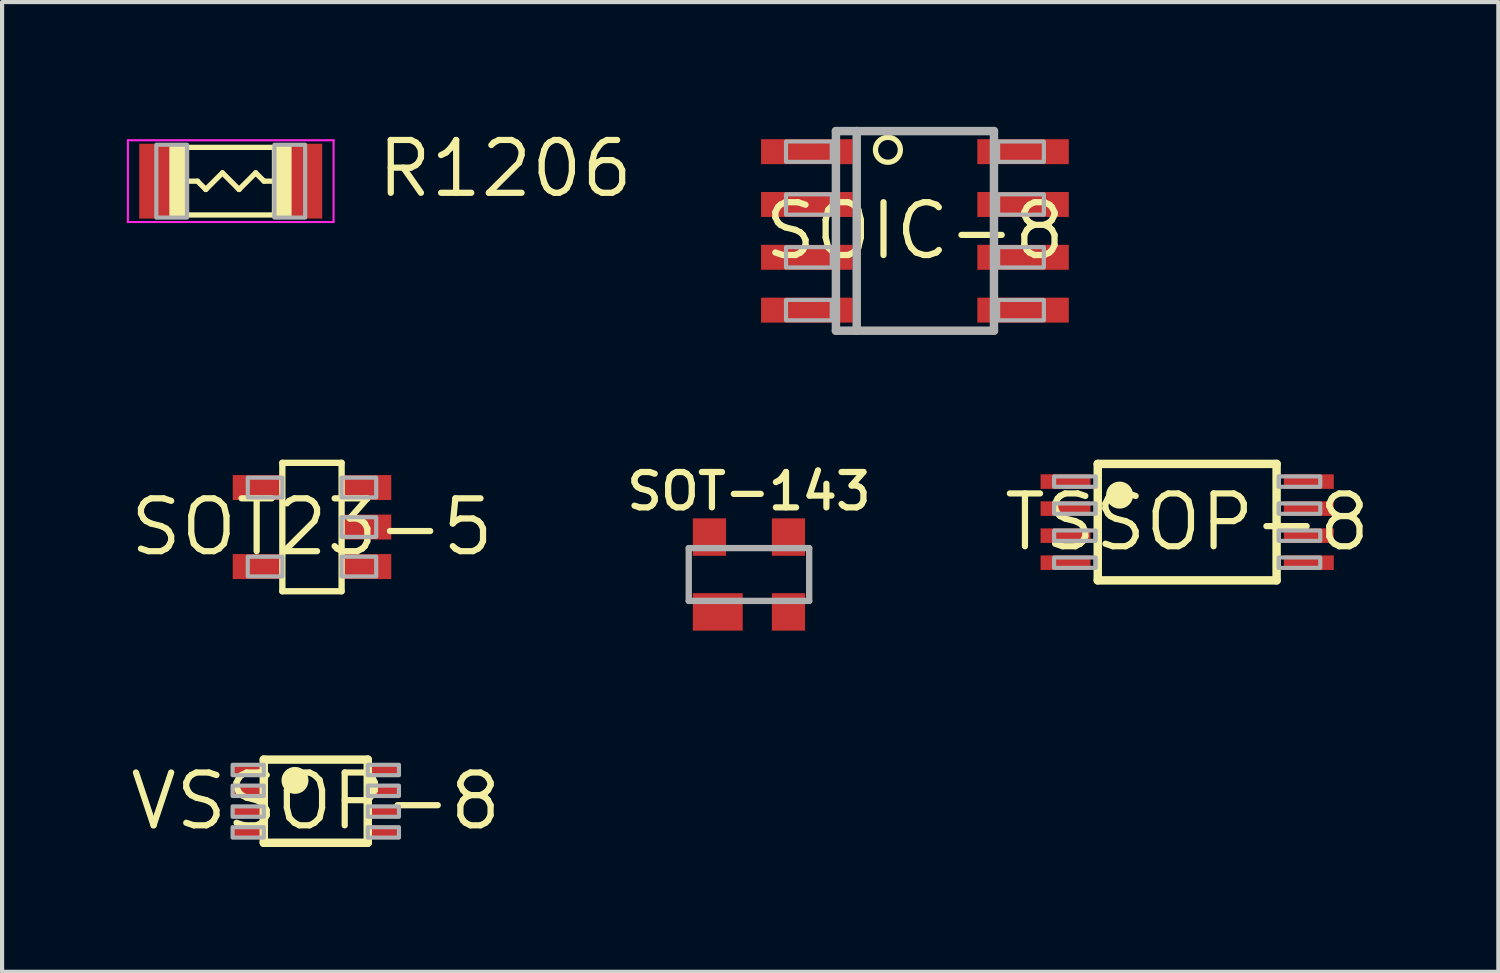
<source format=kicad_pcb>
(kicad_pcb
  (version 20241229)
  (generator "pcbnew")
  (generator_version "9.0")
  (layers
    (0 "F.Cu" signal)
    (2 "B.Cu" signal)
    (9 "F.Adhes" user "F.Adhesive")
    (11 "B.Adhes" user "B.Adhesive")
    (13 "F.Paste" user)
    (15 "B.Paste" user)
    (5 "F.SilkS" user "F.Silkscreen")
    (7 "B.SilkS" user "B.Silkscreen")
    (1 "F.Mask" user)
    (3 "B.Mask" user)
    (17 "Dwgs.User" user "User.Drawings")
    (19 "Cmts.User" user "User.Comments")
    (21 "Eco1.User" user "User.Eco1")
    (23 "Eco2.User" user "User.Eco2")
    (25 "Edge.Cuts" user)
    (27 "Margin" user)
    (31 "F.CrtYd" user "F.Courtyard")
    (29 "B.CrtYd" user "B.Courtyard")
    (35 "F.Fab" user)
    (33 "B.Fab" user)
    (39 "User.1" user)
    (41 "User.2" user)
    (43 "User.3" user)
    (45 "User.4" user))
  (footprint "R1206"
    (layer "F.Cu")
    (at 2.498 1.306)
    (property "Reference" "R1206" (at 6.6 -0.3 0) (layer "F.SilkS") (effects (font (size 1.27 1.27) (thickness 0.15))))
    (fp_line (start -0.8 0) (end -1.1 0) (stroke (width 0.127) (type solid)) (layer "F.SilkS"))
    (fp_line (start -0.6 0.2) (end -0.8 0) (stroke (width 0.127) (type solid)) (layer "F.SilkS"))
    (fp_line (start -0.2 -0.2) (end -0.6 0.2) (stroke (width 0.127) (type solid)) (layer "F.SilkS"))
    (fp_line (start -0.2 -0.2) (end 0.2 0.2) (stroke (width 0.127) (type solid)) (layer "F.SilkS"))
    (fp_line (start 0.2 0.2) (end 0.6 -0.2) (stroke (width 0.127) (type solid)) (layer "F.SilkS"))
    (fp_line (start 0.6 -0.2) (end 0.8 0) (stroke (width 0.127) (type solid)) (layer "F.SilkS"))
    (fp_line (start 0.8 0) (end 1.1 0) (stroke (width 0.127) (type solid)) (layer "F.SilkS"))
    (fp_line (start 1.052 -0.813) (end -1.065 -0.813) (stroke (width 0.127) (type solid)) (layer "F.SilkS"))
    (fp_line (start 1.052 0.813) (end -1.065 0.813) (stroke (width 0.127) (type solid)) (layer "F.SilkS"))
    (fp_rect (start -1.413 -0.813) (end -1.065 0.813) (stroke (width 0.127) (type solid)) (fill yes) (layer "F.SilkS"))
    (fp_rect (start 1.052 -0.813) (end 1.4 0.813) (stroke (width 0.127) (type solid)) (fill yes) (layer "F.SilkS"))
    (fp_line (start -2.473 -0.983) (end 2.473 -0.983) (stroke (width 0.051) (type solid)) (layer "F.CrtYd"))
    (fp_line (start -2.473 0.983) (end -2.473 -0.983) (stroke (width 0.051) (type solid)) (layer "F.CrtYd"))
    (fp_line (start 2.473 -0.983) (end 2.473 0.983) (stroke (width 0.051) (type solid)) (layer "F.CrtYd"))
    (fp_line (start 2.473 0.983) (end -2.473 0.983) (stroke (width 0.051) (type solid)) (layer "F.CrtYd"))
    (fp_poly (pts (xy -1.789 0.876) (xy -1.052 0.876) (xy -1.052 -0.876) (xy -1.789 -0.876)) (stroke (width 0.1) (type solid)) (fill no) (layer "F.Fab"))
    (fp_poly (pts (xy 1.052 0.876) (xy 1.789 0.876) (xy 1.789 -0.876) (xy 1.052 -0.876)) (stroke (width 0.1) (type solid)) (fill no) (layer "F.Fab"))
    (pad "1" smd rect (at -1.6 0) (size 1.2 1.8) (layers "F.Cu" "F.Mask" "F.Paste"))
    (pad "2" smd rect (at 1.6 0) (size 1.2 1.8) (layers "F.Cu" "F.Mask" "F.Paste")))
  (footprint "VSSOP-8"
    (layer "F.Cu")
    (at 4.543 16.215)
    (property "Reference" "VSSOP-8" (at 0 0 0) (layer "F.SilkS") (effects (font (size 1.27 1.27) (thickness 0.15))))
    (fp_line (start -1.25 -1) (end -1.25 1) (stroke (width 0.203) (type solid)) (layer "F.SilkS"))
    (fp_line (start -1.25 1) (end 1.25 1) (stroke (width 0.203) (type solid)) (layer "F.SilkS"))
    (fp_line (start 1.25 -1) (end -1.25 -1) (stroke (width 0.203) (type solid)) (layer "F.SilkS"))
    (fp_line (start 1.25 1) (end 1.25 -1) (stroke (width 0.203) (type solid)) (layer "F.SilkS"))
    (fp_circle (center -0.5 -0.5) (end -0.338 -0.5) (stroke (width 0.325) (type solid)) (fill yes) (layer "F.SilkS"))
    (fp_poly (pts (xy -2 -0.625) (xy -1.25 -0.625) (xy -1.25 -0.875) (xy -2 -0.875)) (stroke (width 0.1) (type solid)) (fill no) (layer "F.Fab"))
    (fp_poly (pts (xy -2 -0.125) (xy -1.25 -0.125) (xy -1.25 -0.375) (xy -2 -0.375)) (stroke (width 0.1) (type solid)) (fill no) (layer "F.Fab"))
    (fp_poly (pts (xy -2 0.375) (xy -1.25 0.375) (xy -1.25 0.125) (xy -2 0.125)) (stroke (width 0.1) (type solid)) (fill no) (layer "F.Fab"))
    (fp_poly (pts (xy -2 0.875) (xy -1.25 0.875) (xy -1.25 0.625) (xy -2 0.625)) (stroke (width 0.1) (type solid)) (fill no) (layer "F.Fab"))
    (fp_poly (pts (xy 1.25 -0.625) (xy 2 -0.625) (xy 2 -0.875) (xy 1.25 -0.875)) (stroke (width 0.1) (type solid)) (fill no) (layer "F.Fab"))
    (fp_poly (pts (xy 1.25 -0.125) (xy 2 -0.125) (xy 2 -0.375) (xy 1.25 -0.375)) (stroke (width 0.1) (type solid)) (fill no) (layer "F.Fab"))
    (fp_poly (pts (xy 1.25 0.375) (xy 2 0.375) (xy 2 0.125) (xy 1.25 0.125)) (stroke (width 0.1) (type solid)) (fill no) (layer "F.Fab"))
    (fp_poly (pts (xy 1.25 0.875) (xy 2 0.875) (xy 2 0.625) (xy 1.25 0.625)) (stroke (width 0.1) (type solid)) (fill no) (layer "F.Fab"))
    (pad "1" smd rect (at -1.625 -0.75) (size 0.75 0.25) (layers "F.Cu" "F.Mask" "F.Paste"))
    (pad "2" smd rect (at -1.625 -0.25) (size 0.75 0.25) (layers "F.Cu" "F.Mask" "F.Paste"))
    (pad "3" smd rect (at -1.625 0.25) (size 0.75 0.25) (layers "F.Cu" "F.Mask" "F.Paste"))
    (pad "4" smd rect (at -1.625 0.75) (size 0.75 0.25) (layers "F.Cu" "F.Mask" "F.Paste"))
    (pad "5" smd rect (at 1.625 0.75) (size 0.75 0.25) (layers "F.Cu" "F.Mask" "F.Paste"))
    (pad "6" smd rect (at 1.625 0.25) (size 0.75 0.25) (layers "F.Cu" "F.Mask" "F.Paste"))
    (pad "7" smd rect (at 1.625 -0.25) (size 0.75 0.25) (layers "F.Cu" "F.Mask" "F.Paste"))
    (pad "8" smd rect (at 1.625 -0.75) (size 0.75 0.25) (layers "F.Cu" "F.Mask" "F.Paste")))
  (footprint "SOIC-8"
    (layer "F.Cu")
    (at 18.95 2.502)
    (property "Reference" "SOIC-8" (at 0 0 0) (layer "F.SilkS") (effects (font (size 1.27 1.27) (thickness 0.15))))
    (fp_circle (center -0.65 -1.95) (end -0.35 -1.95) (stroke (width 0.127) (type solid)) (fill no) (layer "F.SilkS"))
    (fp_line (start -1.9 -2.4) (end -1.4 -2.4) (stroke (width 0.203) (type solid)) (layer "F.Fab"))
    (fp_line (start -1.9 2.4) (end -1.9 -2.4) (stroke (width 0.203) (type solid)) (layer "F.Fab"))
    (fp_line (start -1.4 -2.4) (end 1.9 -2.4) (stroke (width 0.203) (type solid)) (layer "F.Fab"))
    (fp_line (start -1.4 2.4) (end -1.9 2.4) (stroke (width 0.203) (type solid)) (layer "F.Fab"))
    (fp_line (start -1.4 2.4) (end -1.4 -2.4) (stroke (width 0.203) (type solid)) (layer "F.Fab"))
    (fp_line (start 1.9 -2.4) (end 1.9 2.4) (stroke (width 0.203) (type solid)) (layer "F.Fab"))
    (fp_line (start 1.9 2.4) (end -1.4 2.4) (stroke (width 0.203) (type solid)) (layer "F.Fab"))
    (fp_poly (pts (xy -3.1 -2.15) (xy -3.1 -1.66) (xy -2 -1.66) (xy -2 -2.15)) (stroke (width 0.1) (type solid)) (fill no) (layer "F.Fab"))
    (fp_poly (pts (xy -3.1 -0.88) (xy -3.1 -0.39) (xy -2 -0.39) (xy -2 -0.88)) (stroke (width 0.1) (type solid)) (fill no) (layer "F.Fab"))
    (fp_poly (pts (xy -3.1 0.39) (xy -3.1 0.88) (xy -2 0.88) (xy -2 0.39)) (stroke (width 0.1) (type solid)) (fill no) (layer "F.Fab"))
    (fp_poly (pts (xy -3.1 1.66) (xy -3.1 2.15) (xy -2 2.15) (xy -2 1.66)) (stroke (width 0.1) (type solid)) (fill no) (layer "F.Fab"))
    (fp_poly (pts (xy 2 -2.15) (xy 2 -1.66) (xy 3.1 -1.66) (xy 3.1 -2.15)) (stroke (width 0.1) (type solid)) (fill no) (layer "F.Fab"))
    (fp_poly (pts (xy 2 -0.88) (xy 2 -0.39) (xy 3.1 -0.39) (xy 3.1 -0.88)) (stroke (width 0.1) (type solid)) (fill no) (layer "F.Fab"))
    (fp_poly (pts (xy 2 0.39) (xy 2 0.88) (xy 3.1 0.88) (xy 3.1 0.39)) (stroke (width 0.1) (type solid)) (fill no) (layer "F.Fab"))
    (fp_poly (pts (xy 2 1.66) (xy 2 2.15) (xy 3.1 2.15) (xy 3.1 1.66)) (stroke (width 0.1) (type solid)) (fill no) (layer "F.Fab"))
    (pad "1" smd rect (at -2.6 -1.905 270) (size 0.6 2.2) (layers "F.Cu" "F.Mask" "F.Paste"))
    (pad "2" smd rect (at -2.6 -0.635 270) (size 0.6 2.2) (layers "F.Cu" "F.Mask" "F.Paste"))
    (pad "3" smd rect (at -2.6 0.635 270) (size 0.6 2.2) (layers "F.Cu" "F.Mask" "F.Paste"))
    (pad "4" smd rect (at -2.6 1.905 270) (size 0.6 2.2) (layers "F.Cu" "F.Mask" "F.Paste"))
    (pad "5" smd rect (at 2.6 1.905 270) (size 0.6 2.2) (layers "F.Cu" "F.Mask" "F.Paste"))
    (pad "6" smd rect (at 2.6 0.635 270) (size 0.6 2.2) (layers "F.Cu" "F.Mask" "F.Paste"))
    (pad "7" smd rect (at 2.6 -0.635 270) (size 0.6 2.2) (layers "F.Cu" "F.Mask" "F.Paste"))
    (pad "8" smd rect (at 2.6 -1.905 270) (size 0.6 2.2) (layers "F.Cu" "F.Mask" "F.Paste")))
  (footprint "TSSOP-8"
    (layer "F.Cu")
    (at 25.496 9.505)
    (property "Reference" "TSSOP-8" (at 0 0 0) (layer "F.SilkS") (effects (font (size 1.27 1.27) (thickness 0.15))))
    (fp_line (start -2.15 -1.4) (end -2.15 1.4) (stroke (width 0.203) (type solid)) (layer "F.SilkS"))
    (fp_line (start -2.15 1.4) (end 2.15 1.4) (stroke (width 0.203) (type solid)) (layer "F.SilkS"))
    (fp_line (start 2.15 -1.4) (end -2.15 -1.4) (stroke (width 0.203) (type solid)) (layer "F.SilkS"))
    (fp_line (start 2.15 1.4) (end 2.15 -1.4) (stroke (width 0.203) (type solid)) (layer "F.SilkS"))
    (fp_circle (center -1.625 -0.65) (end -1.462 -0.65) (stroke (width 0.325) (type solid)) (fill yes) (layer "F.SilkS"))
    (fp_poly (pts (xy -3.2 -0.85) (xy -2.2 -0.85) (xy -2.2 -1.1) (xy -3.2 -1.1)) (stroke (width 0.1) (type solid)) (fill no) (layer "F.Fab"))
    (fp_poly (pts (xy -3.2 -0.2) (xy -2.2 -0.2) (xy -2.2 -0.45) (xy -3.2 -0.45)) (stroke (width 0.1) (type solid)) (fill no) (layer "F.Fab"))
    (fp_poly (pts (xy -3.2 0.45) (xy -2.2 0.45) (xy -2.2 0.2) (xy -3.2 0.2)) (stroke (width 0.1) (type solid)) (fill no) (layer "F.Fab"))
    (fp_poly (pts (xy -3.2 1.1) (xy -2.2 1.1) (xy -2.2 0.85) (xy -3.2 0.85)) (stroke (width 0.1) (type solid)) (fill no) (layer "F.Fab"))
    (fp_poly (pts (xy 2.2 -0.85) (xy 3.2 -0.85) (xy 3.2 -1.1) (xy 2.2 -1.1)) (stroke (width 0.1) (type solid)) (fill no) (layer "F.Fab"))
    (fp_poly (pts (xy 2.2 -0.2) (xy 3.2 -0.2) (xy 3.2 -0.45) (xy 2.2 -0.45)) (stroke (width 0.1) (type solid)) (fill no) (layer "F.Fab"))
    (fp_poly (pts (xy 2.2 0.45) (xy 3.2 0.45) (xy 3.2 0.2) (xy 2.2 0.2)) (stroke (width 0.1) (type solid)) (fill no) (layer "F.Fab"))
    (fp_poly (pts (xy 2.2 1.1) (xy 3.2 1.1) (xy 3.2 0.85) (xy 2.2 0.85)) (stroke (width 0.1) (type solid)) (fill no) (layer "F.Fab"))
    (pad "1" smd rect (at -2.925 -0.975) (size 1.2 0.35) (layers "F.Cu" "F.Mask" "F.Paste"))
    (pad "2" smd rect (at -2.925 -0.325) (size 1.2 0.35) (layers "F.Cu" "F.Mask" "F.Paste"))
    (pad "3" smd rect (at -2.925 0.325) (size 1.2 0.35) (layers "F.Cu" "F.Mask" "F.Paste"))
    (pad "4" smd rect (at -2.925 0.975) (size 1.2 0.35) (layers "F.Cu" "F.Mask" "F.Paste"))
    (pad "5" smd rect (at 2.925 0.975) (size 1.2 0.35) (layers "F.Cu" "F.Mask" "F.Paste"))
    (pad "6" smd rect (at 2.925 0.325) (size 1.2 0.35) (layers "F.Cu" "F.Mask" "F.Paste"))
    (pad "7" smd rect (at 2.925 -0.325) (size 1.2 0.35) (layers "F.Cu" "F.Mask" "F.Paste"))
    (pad "8" smd rect (at 2.925 -0.975) (size 1.2 0.35) (layers "F.Cu" "F.Mask" "F.Paste")))
  (footprint "SOT-143"
    (layer "F.Cu")
    (at 14.959 10.764)
    (property "Reference" "SOT-143" (at 0 -2 0) (layer "F.SilkS") (effects (font (size 0.85 0.85) (thickness 0.15))))
    (fp_line (start -1.448 -0.635) (end 1.448 -0.635) (stroke (width 0.152) (type solid)) (layer "F.Fab"))
    (fp_line (start -1.448 0.635) (end -1.448 -0.635) (stroke (width 0.152) (type solid)) (layer "F.Fab"))
    (fp_line (start -1.448 0.635) (end 1.448 0.635) (stroke (width 0.152) (type solid)) (layer "F.Fab"))
    (fp_line (start 1.448 0.635) (end 1.448 -0.635) (stroke (width 0.152) (type solid)) (layer "F.Fab"))
    (pad "1" smd rect (at -0.75 0.9) (size 1.2 0.9) (layers "F.Cu" "F.Mask" "F.Paste"))
    (pad "2" smd rect (at 0.95 0.9) (size 0.8 0.9) (layers "F.Cu" "F.Mask" "F.Paste"))
    (pad "3" smd rect (at 0.95 -0.9) (size 0.8 0.9) (layers "F.Cu" "F.Mask" "F.Paste"))
    (pad "4" smd rect (at -0.95 -0.9) (size 0.8 0.9) (layers "F.Cu" "F.Mask" "F.Paste")))
  (footprint "SOT23-5"
    (layer "F.Cu")
    (at 4.452 9.623)
    (property "Reference" "SOT23-5" (at 0 0 0) (layer "F.SilkS") (effects (font (size 1.27 1.27) (thickness 0.15))))
    (fp_line (start -0.713 -1.544) (end 0.712 -1.544) (stroke (width 0.152) (type solid)) (layer "F.SilkS"))
    (fp_line (start -0.713 1.544) (end -0.713 -1.544) (stroke (width 0.152) (type solid)) (layer "F.SilkS"))
    (fp_line (start 0.712 -1.544) (end 0.712 1.544) (stroke (width 0.152) (type solid)) (layer "F.SilkS"))
    (fp_line (start 0.712 1.544) (end -0.713 1.544) (stroke (width 0.152) (type solid)) (layer "F.SilkS"))
    (fp_poly (pts (xy -0.713 -0.713) (xy -0.713 -1.188) (xy -1.544 -1.188) (xy -1.544 -0.713)) (stroke (width 0.1) (type solid)) (fill no) (layer "F.Fab"))
    (fp_poly (pts (xy -0.713 1.188) (xy -0.713 0.713) (xy -1.544 0.713) (xy -1.544 1.188)) (stroke (width 0.1) (type solid)) (fill no) (layer "F.Fab"))
    (fp_poly (pts (xy 1.544 -0.713) (xy 1.544 -1.188) (xy 0.712 -1.188) (xy 0.712 -0.713)) (stroke (width 0.1) (type solid)) (fill no) (layer "F.Fab"))
    (fp_poly (pts (xy 1.544 0.237) (xy 1.544 -0.237) (xy 0.712 -0.237) (xy 0.712 0.237)) (stroke (width 0.1) (type solid)) (fill no) (layer "F.Fab"))
    (fp_poly (pts (xy 1.544 1.188) (xy 1.544 0.713) (xy 0.712 0.713) (xy 0.712 1.188)) (stroke (width 0.1) (type solid)) (fill no) (layer "F.Fab"))
    (pad "1" smd rect (at 1.306 0.95 90) (size 0.6 1.2) (layers "F.Cu" "F.Mask" "F.Paste"))
    (pad "2" smd rect (at 1.306 0 90) (size 0.6 1.2) (layers "F.Cu" "F.Mask" "F.Paste"))
    (pad "3" smd rect (at 1.306 -0.95 90) (size 0.6 1.2) (layers "F.Cu" "F.Mask" "F.Paste"))
    (pad "4" smd rect (at -1.306 -0.95 90) (size 0.6 1.2) (layers "F.Cu" "F.Mask" "F.Paste"))
    (pad "5" smd rect (at -1.306 0.95 90) (size 0.6 1.2) (layers "F.Cu" "F.Mask" "F.Paste")))
  (gr_rect
    (start -3 -3)
    (end 32.978 20.317)
    (stroke (width 0.1) (type default))
    (fill no)
    (layer "Edge.Cuts")))
</source>
